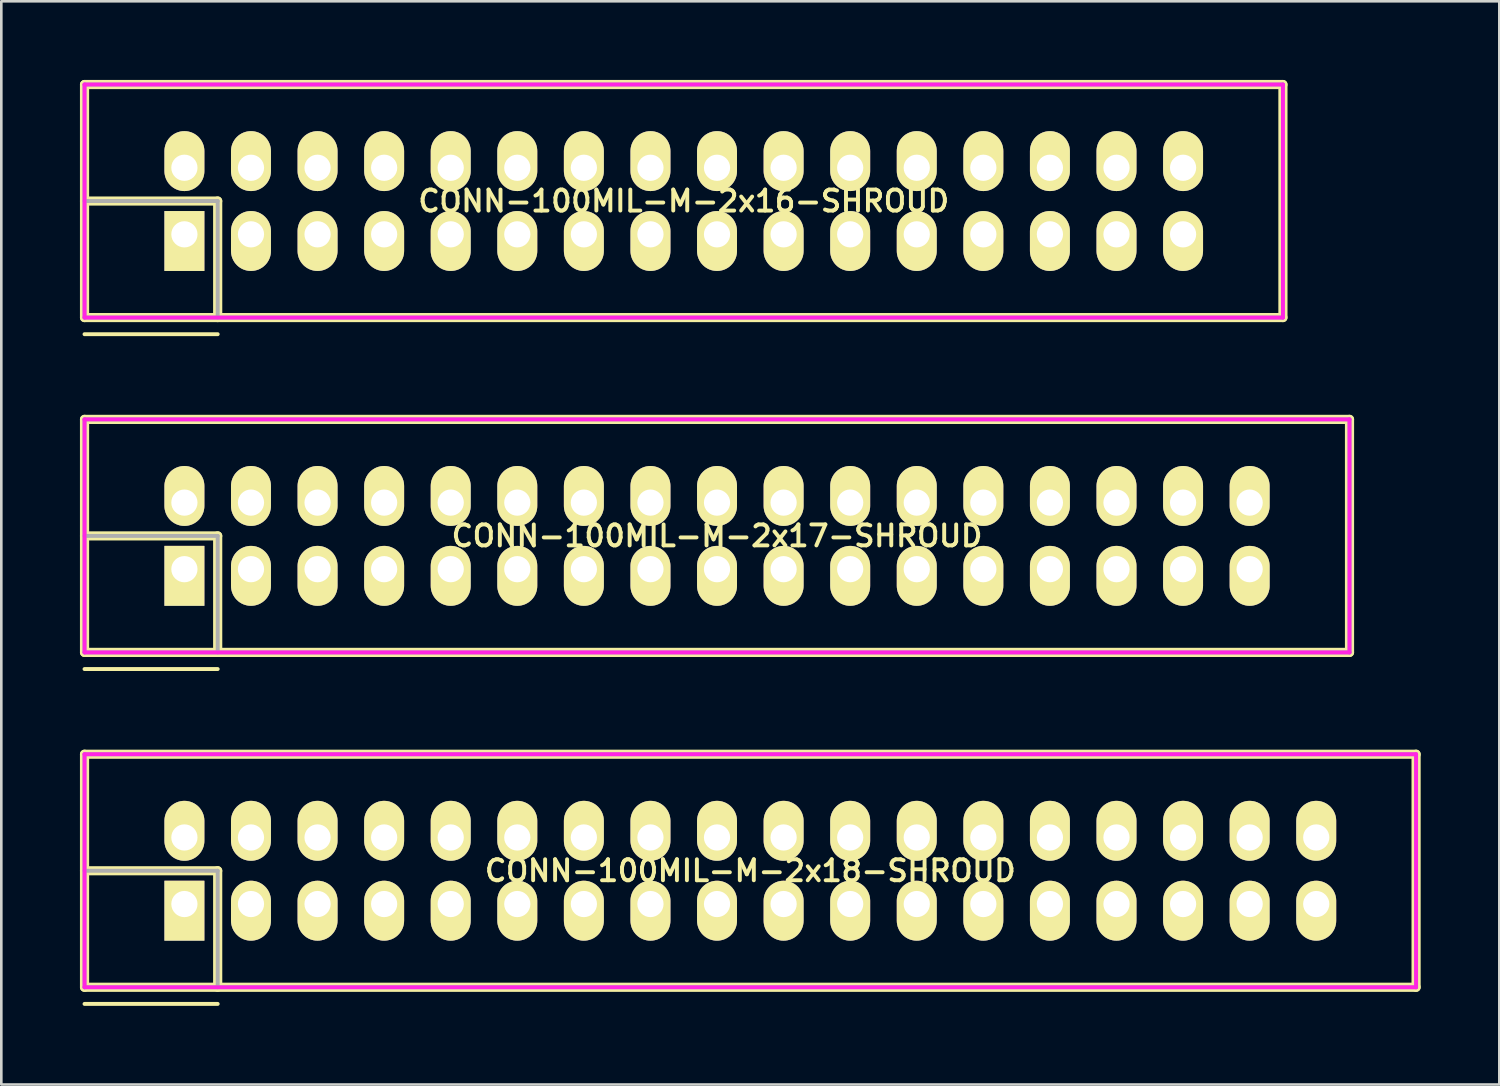
<source format=kicad_pcb>
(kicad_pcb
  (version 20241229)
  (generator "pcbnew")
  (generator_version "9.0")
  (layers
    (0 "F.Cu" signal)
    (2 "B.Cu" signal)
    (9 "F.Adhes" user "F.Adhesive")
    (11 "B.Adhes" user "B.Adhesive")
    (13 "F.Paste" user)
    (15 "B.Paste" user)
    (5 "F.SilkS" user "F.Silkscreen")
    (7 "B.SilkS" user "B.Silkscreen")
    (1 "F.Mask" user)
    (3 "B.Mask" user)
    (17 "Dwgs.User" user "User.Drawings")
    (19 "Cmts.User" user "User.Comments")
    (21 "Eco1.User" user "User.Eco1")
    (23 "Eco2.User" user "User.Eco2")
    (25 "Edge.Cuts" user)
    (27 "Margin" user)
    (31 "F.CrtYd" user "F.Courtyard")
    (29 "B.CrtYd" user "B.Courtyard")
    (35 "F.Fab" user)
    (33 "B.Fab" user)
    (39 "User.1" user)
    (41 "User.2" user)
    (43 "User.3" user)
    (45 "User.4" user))
  (footprint "CONN-100MIL-M-2x17-SHROUD"
    (layer "F.Cu")
    (at 24.305 17.395)
    (property "Reference" "CONN-100MIL-M-2x17-SHROUD" (at 0 0 0) (layer "F.SilkS") (effects (font (size 0.8 0.8) (thickness 0.15))))
    (attr through_hole)
    (fp_line (start -24.13 -4.445) (end 24.13 -4.445) (stroke (width 0.35) (type solid)) (layer "F.SilkS"))
    (fp_line (start -24.13 0) (end -19.05 0) (stroke (width 0.35) (type solid)) (layer "F.SilkS"))
    (fp_line (start -24.13 4.445) (end -24.13 -4.445) (stroke (width 0.35) (type solid)) (layer "F.SilkS"))
    (fp_line (start -24.13 5.08) (end -19.05 5.08) (stroke (width 0.15) (type solid)) (layer "F.SilkS"))
    (fp_line (start -19.05 0) (end -19.05 4.445) (stroke (width 0.35) (type solid)) (layer "F.SilkS"))
    (fp_line (start 24.13 -4.445) (end 24.13 4.445) (stroke (width 0.35) (type solid)) (layer "F.SilkS"))
    (fp_line (start 24.13 4.445) (end -24.13 4.445) (stroke (width 0.35) (type solid)) (layer "F.SilkS"))
    (fp_line (start -24.13 -4.445) (end 24.13 -4.445) (stroke (width 0.15) (type solid)) (layer "F.CrtYd"))
    (fp_line (start -24.13 4.445) (end -24.13 -4.445) (stroke (width 0.15) (type solid)) (layer "F.CrtYd"))
    (fp_line (start 24.13 -4.445) (end 24.13 4.445) (stroke (width 0.15) (type solid)) (layer "F.CrtYd"))
    (fp_line (start 24.13 4.445) (end -24.13 4.445) (stroke (width 0.15) (type solid)) (layer "F.CrtYd"))
    (fp_line (start -24.13 -4.445) (end 24.13 -4.445) (stroke (width 0.15) (type solid)) (layer "F.Fab"))
    (fp_line (start -24.13 0) (end -19.05 0) (stroke (width 0.15) (type solid)) (layer "F.Fab"))
    (fp_line (start -24.13 4.445) (end -24.13 -4.445) (stroke (width 0.15) (type solid)) (layer "F.Fab"))
    (fp_line (start -19.05 0) (end -19.05 4.445) (stroke (width 0.15) (type solid)) (layer "F.Fab"))
    (fp_line (start 24.13 -4.445) (end 24.13 4.445) (stroke (width 0.15) (type solid)) (layer "F.Fab"))
    (fp_line (start 24.13 4.445) (end -24.13 4.445) (stroke (width 0.15) (type solid)) (layer "F.Fab"))
    (pad "1" thru_hole rect (at -20.32 1.27) (size 1.524 2.286) (drill 1 (offset 0 0.254)) (layers "*.Cu" "*.Mask" "F.SilkS"))
    (pad "2" thru_hole oval (at -20.32 -1.27) (size 1.524 2.286) (drill 1 (offset 0 -0.254)) (layers "*.Cu" "*.Mask" "F.SilkS"))
    (pad "3" thru_hole oval (at -17.78 1.27) (size 1.524 2.286) (drill 1 (offset 0 0.254)) (layers "*.Cu" "*.Mask" "F.SilkS"))
    (pad "4" thru_hole oval (at -17.78 -1.27) (size 1.524 2.286) (drill 1 (offset 0 -0.254)) (layers "*.Cu" "*.Mask" "F.SilkS"))
    (pad "5" thru_hole oval (at -15.24 1.27) (size 1.524 2.286) (drill 1 (offset 0 0.254)) (layers "*.Cu" "*.Mask" "F.SilkS"))
    (pad "6" thru_hole oval (at -15.24 -1.27) (size 1.524 2.286) (drill 1 (offset 0 -0.254)) (layers "*.Cu" "*.Mask" "F.SilkS"))
    (pad "7" thru_hole oval (at -12.7 1.27) (size 1.524 2.286) (drill 1 (offset 0 0.254)) (layers "*.Cu" "*.Mask" "F.SilkS"))
    (pad "8" thru_hole oval (at -12.7 -1.27) (size 1.524 2.286) (drill 1 (offset 0 -0.254)) (layers "*.Cu" "*.Mask" "F.SilkS"))
    (pad "9" thru_hole oval (at -10.16 1.27) (size 1.524 2.286) (drill 1 (offset 0 0.254)) (layers "*.Cu" "*.Mask" "F.SilkS"))
    (pad "10" thru_hole oval (at -10.16 -1.27) (size 1.524 2.286) (drill 1 (offset 0 -0.254)) (layers "*.Cu" "*.Mask" "F.SilkS"))
    (pad "11" thru_hole oval (at -7.62 1.27) (size 1.524 2.286) (drill 1 (offset 0 0.254)) (layers "*.Cu" "*.Mask" "F.SilkS"))
    (pad "12" thru_hole oval (at -7.62 -1.27) (size 1.524 2.286) (drill 1 (offset 0 -0.254)) (layers "*.Cu" "*.Mask" "F.SilkS"))
    (pad "13" thru_hole oval (at -5.08 1.27) (size 1.524 2.286) (drill 1 (offset 0 0.254)) (layers "*.Cu" "*.Mask" "F.SilkS"))
    (pad "14" thru_hole oval (at -5.08 -1.27) (size 1.524 2.286) (drill 1 (offset 0 -0.254)) (layers "*.Cu" "*.Mask" "F.SilkS"))
    (pad "15" thru_hole oval (at -2.54 1.27) (size 1.524 2.286) (drill 1 (offset 0 0.254)) (layers "*.Cu" "*.Mask" "F.SilkS"))
    (pad "16" thru_hole oval (at -2.54 -1.27) (size 1.524 2.286) (drill 1 (offset 0 -0.254)) (layers "*.Cu" "*.Mask" "F.SilkS"))
    (pad "17" thru_hole oval (at 0 1.27) (size 1.524 2.286) (drill 1 (offset 0 0.254)) (layers "*.Cu" "*.Mask" "F.SilkS"))
    (pad "18" thru_hole oval (at 0 -1.27) (size 1.524 2.286) (drill 1 (offset 0 -0.254)) (layers "*.Cu" "*.Mask" "F.SilkS"))
    (pad "19" thru_hole oval (at 2.54 1.27) (size 1.524 2.286) (drill 1 (offset 0 0.254)) (layers "*.Cu" "*.Mask" "F.SilkS"))
    (pad "20" thru_hole oval (at 2.54 -1.27) (size 1.524 2.286) (drill 1 (offset 0 -0.254)) (layers "*.Cu" "*.Mask" "F.SilkS"))
    (pad "21" thru_hole oval (at 5.08 1.27) (size 1.524 2.286) (drill 1 (offset 0 0.254)) (layers "*.Cu" "*.Mask" "F.SilkS"))
    (pad "22" thru_hole oval (at 5.08 -1.27) (size 1.524 2.286) (drill 1 (offset 0 -0.254)) (layers "*.Cu" "*.Mask" "F.SilkS"))
    (pad "23" thru_hole oval (at 7.62 1.27) (size 1.524 2.286) (drill 1 (offset 0 0.254)) (layers "*.Cu" "*.Mask" "F.SilkS"))
    (pad "24" thru_hole oval (at 7.62 -1.27) (size 1.524 2.286) (drill 1 (offset 0 -0.254)) (layers "*.Cu" "*.Mask" "F.SilkS"))
    (pad "25" thru_hole oval (at 10.16 1.27) (size 1.524 2.286) (drill 1 (offset 0 0.254)) (layers "*.Cu" "*.Mask" "F.SilkS"))
    (pad "26" thru_hole oval (at 10.16 -1.27) (size 1.524 2.286) (drill 1 (offset 0 -0.254)) (layers "*.Cu" "*.Mask" "F.SilkS"))
    (pad "27" thru_hole oval (at 12.7 1.27) (size 1.524 2.286) (drill 1 (offset 0 0.254)) (layers "*.Cu" "*.Mask" "F.SilkS"))
    (pad "28" thru_hole oval (at 12.7 -1.27) (size 1.524 2.286) (drill 1 (offset 0 -0.254)) (layers "*.Cu" "*.Mask" "F.SilkS"))
    (pad "29" thru_hole oval (at 15.24 1.27) (size 1.524 2.286) (drill 1 (offset 0 0.254)) (layers "*.Cu" "*.Mask" "F.SilkS"))
    (pad "30" thru_hole oval (at 15.24 -1.27) (size 1.524 2.286) (drill 1 (offset 0 -0.254)) (layers "*.Cu" "*.Mask" "F.SilkS"))
    (pad "31" thru_hole oval (at 17.78 1.27) (size 1.524 2.286) (drill 1 (offset 0 0.254)) (layers "*.Cu" "*.Mask" "F.SilkS"))
    (pad "32" thru_hole oval (at 17.78 -1.27) (size 1.524 2.286) (drill 1 (offset 0 -0.254)) (layers "*.Cu" "*.Mask" "F.SilkS"))
    (pad "33" thru_hole oval (at 20.32 1.27) (size 1.524 2.286) (drill 1 (offset 0 0.254)) (layers "*.Cu" "*.Mask" "F.SilkS"))
    (pad "34" thru_hole oval (at 20.32 -1.27) (size 1.524 2.286) (drill 1 (offset 0 -0.254)) (layers "*.Cu" "*.Mask" "F.SilkS")))
  (footprint "CONN-100MIL-M-2x16-SHROUD"
    (layer "F.Cu")
    (at 23.035 4.62)
    (property "Reference" "CONN-100MIL-M-2x16-SHROUD" (at 0 0 0) (layer "F.SilkS") (effects (font (size 0.8 0.8) (thickness 0.15))))
    (attr through_hole)
    (fp_line (start -22.86 -4.445) (end 22.86 -4.445) (stroke (width 0.35) (type solid)) (layer "F.SilkS"))
    (fp_line (start -22.86 0) (end -17.78 0) (stroke (width 0.35) (type solid)) (layer "F.SilkS"))
    (fp_line (start -22.86 4.445) (end -22.86 -4.445) (stroke (width 0.35) (type solid)) (layer "F.SilkS"))
    (fp_line (start -22.86 5.08) (end -17.78 5.08) (stroke (width 0.15) (type solid)) (layer "F.SilkS"))
    (fp_line (start -17.78 0) (end -17.78 4.445) (stroke (width 0.35) (type solid)) (layer "F.SilkS"))
    (fp_line (start 22.86 -4.445) (end 22.86 4.445) (stroke (width 0.35) (type solid)) (layer "F.SilkS"))
    (fp_line (start 22.86 4.445) (end -22.86 4.445) (stroke (width 0.35) (type solid)) (layer "F.SilkS"))
    (fp_line (start -22.86 -4.445) (end 22.86 -4.445) (stroke (width 0.15) (type solid)) (layer "F.CrtYd"))
    (fp_line (start -22.86 4.445) (end -22.86 -4.445) (stroke (width 0.15) (type solid)) (layer "F.CrtYd"))
    (fp_line (start 22.86 -4.445) (end 22.86 4.445) (stroke (width 0.15) (type solid)) (layer "F.CrtYd"))
    (fp_line (start 22.86 4.445) (end -22.86 4.445) (stroke (width 0.15) (type solid)) (layer "F.CrtYd"))
    (fp_line (start -22.86 -4.445) (end 22.86 -4.445) (stroke (width 0.15) (type solid)) (layer "F.Fab"))
    (fp_line (start -22.86 0) (end -17.78 0) (stroke (width 0.15) (type solid)) (layer "F.Fab"))
    (fp_line (start -22.86 4.445) (end -22.86 -4.445) (stroke (width 0.15) (type solid)) (layer "F.Fab"))
    (fp_line (start -17.78 0) (end -17.78 4.445) (stroke (width 0.15) (type solid)) (layer "F.Fab"))
    (fp_line (start 22.86 -4.445) (end 22.86 4.445) (stroke (width 0.15) (type solid)) (layer "F.Fab"))
    (fp_line (start 22.86 4.445) (end -22.86 4.445) (stroke (width 0.15) (type solid)) (layer "F.Fab"))
    (pad "1" thru_hole rect (at -19.05 1.27) (size 1.524 2.286) (drill 1 (offset 0 0.254)) (layers "*.Cu" "*.Mask" "F.SilkS"))
    (pad "2" thru_hole oval (at -19.05 -1.27) (size 1.524 2.286) (drill 1 (offset 0 -0.254)) (layers "*.Cu" "*.Mask" "F.SilkS"))
    (pad "3" thru_hole oval (at -16.51 1.27) (size 1.524 2.286) (drill 1 (offset 0 0.254)) (layers "*.Cu" "*.Mask" "F.SilkS"))
    (pad "4" thru_hole oval (at -16.51 -1.27) (size 1.524 2.286) (drill 1 (offset 0 -0.254)) (layers "*.Cu" "*.Mask" "F.SilkS"))
    (pad "5" thru_hole oval (at -13.97 1.27) (size 1.524 2.286) (drill 1 (offset 0 0.254)) (layers "*.Cu" "*.Mask" "F.SilkS"))
    (pad "6" thru_hole oval (at -13.97 -1.27) (size 1.524 2.286) (drill 1 (offset 0 -0.254)) (layers "*.Cu" "*.Mask" "F.SilkS"))
    (pad "7" thru_hole oval (at -11.43 1.27) (size 1.524 2.286) (drill 1 (offset 0 0.254)) (layers "*.Cu" "*.Mask" "F.SilkS"))
    (pad "8" thru_hole oval (at -11.43 -1.27) (size 1.524 2.286) (drill 1 (offset 0 -0.254)) (layers "*.Cu" "*.Mask" "F.SilkS"))
    (pad "9" thru_hole oval (at -8.89 1.27) (size 1.524 2.286) (drill 1 (offset 0 0.254)) (layers "*.Cu" "*.Mask" "F.SilkS"))
    (pad "10" thru_hole oval (at -8.89 -1.27) (size 1.524 2.286) (drill 1 (offset 0 -0.254)) (layers "*.Cu" "*.Mask" "F.SilkS"))
    (pad "11" thru_hole oval (at -6.35 1.27) (size 1.524 2.286) (drill 1 (offset 0 0.254)) (layers "*.Cu" "*.Mask" "F.SilkS"))
    (pad "12" thru_hole oval (at -6.35 -1.27) (size 1.524 2.286) (drill 1 (offset 0 -0.254)) (layers "*.Cu" "*.Mask" "F.SilkS"))
    (pad "13" thru_hole oval (at -3.81 1.27) (size 1.524 2.286) (drill 1 (offset 0 0.254)) (layers "*.Cu" "*.Mask" "F.SilkS"))
    (pad "14" thru_hole oval (at -3.81 -1.27) (size 1.524 2.286) (drill 1 (offset 0 -0.254)) (layers "*.Cu" "*.Mask" "F.SilkS"))
    (pad "15" thru_hole oval (at -1.27 1.27) (size 1.524 2.286) (drill 1 (offset 0 0.254)) (layers "*.Cu" "*.Mask" "F.SilkS"))
    (pad "16" thru_hole oval (at -1.27 -1.27) (size 1.524 2.286) (drill 1 (offset 0 -0.254)) (layers "*.Cu" "*.Mask" "F.SilkS"))
    (pad "17" thru_hole oval (at 1.27 1.27) (size 1.524 2.286) (drill 1 (offset 0 0.254)) (layers "*.Cu" "*.Mask" "F.SilkS"))
    (pad "18" thru_hole oval (at 1.27 -1.27) (size 1.524 2.286) (drill 1 (offset 0 -0.254)) (layers "*.Cu" "*.Mask" "F.SilkS"))
    (pad "19" thru_hole oval (at 3.81 1.27) (size 1.524 2.286) (drill 1 (offset 0 0.254)) (layers "*.Cu" "*.Mask" "F.SilkS"))
    (pad "20" thru_hole oval (at 3.81 -1.27) (size 1.524 2.286) (drill 1 (offset 0 -0.254)) (layers "*.Cu" "*.Mask" "F.SilkS"))
    (pad "21" thru_hole oval (at 6.35 1.27) (size 1.524 2.286) (drill 1 (offset 0 0.254)) (layers "*.Cu" "*.Mask" "F.SilkS"))
    (pad "22" thru_hole oval (at 6.35 -1.27) (size 1.524 2.286) (drill 1 (offset 0 -0.254)) (layers "*.Cu" "*.Mask" "F.SilkS"))
    (pad "23" thru_hole oval (at 8.89 1.27) (size 1.524 2.286) (drill 1 (offset 0 0.254)) (layers "*.Cu" "*.Mask" "F.SilkS"))
    (pad "24" thru_hole oval (at 8.89 -1.27) (size 1.524 2.286) (drill 1 (offset 0 -0.254)) (layers "*.Cu" "*.Mask" "F.SilkS"))
    (pad "25" thru_hole oval (at 11.43 1.27) (size 1.524 2.286) (drill 1 (offset 0 0.254)) (layers "*.Cu" "*.Mask" "F.SilkS"))
    (pad "26" thru_hole oval (at 11.43 -1.27) (size 1.524 2.286) (drill 1 (offset 0 -0.254)) (layers "*.Cu" "*.Mask" "F.SilkS"))
    (pad "27" thru_hole oval (at 13.97 1.27) (size 1.524 2.286) (drill 1 (offset 0 0.254)) (layers "*.Cu" "*.Mask" "F.SilkS"))
    (pad "28" thru_hole oval (at 13.97 -1.27) (size 1.524 2.286) (drill 1 (offset 0 -0.254)) (layers "*.Cu" "*.Mask" "F.SilkS"))
    (pad "29" thru_hole oval (at 16.51 1.27) (size 1.524 2.286) (drill 1 (offset 0 0.254)) (layers "*.Cu" "*.Mask" "F.SilkS"))
    (pad "30" thru_hole oval (at 16.51 -1.27) (size 1.524 2.286) (drill 1 (offset 0 -0.254)) (layers "*.Cu" "*.Mask" "F.SilkS"))
    (pad "31" thru_hole oval (at 19.05 1.27) (size 1.524 2.286) (drill 1 (offset 0 0.254)) (layers "*.Cu" "*.Mask" "F.SilkS"))
    (pad "32" thru_hole oval (at 19.05 -1.27) (size 1.524 2.286) (drill 1 (offset 0 -0.254)) (layers "*.Cu" "*.Mask" "F.SilkS")))
  (footprint "CONN-100MIL-M-2x18-SHROUD"
    (layer "F.Cu")
    (at 25.575 30.17)
    (property "Reference" "CONN-100MIL-M-2x18-SHROUD" (at 0 0 0) (layer "F.SilkS") (effects (font (size 0.8 0.8) (thickness 0.15))))
    (attr through_hole)
    (fp_line (start -25.4 -4.445) (end 25.4 -4.445) (stroke (width 0.35) (type solid)) (layer "F.SilkS"))
    (fp_line (start -25.4 0) (end -20.32 0) (stroke (width 0.35) (type solid)) (layer "F.SilkS"))
    (fp_line (start -25.4 4.445) (end -25.4 -4.445) (stroke (width 0.35) (type solid)) (layer "F.SilkS"))
    (fp_line (start -25.4 5.08) (end -20.32 5.08) (stroke (width 0.15) (type solid)) (layer "F.SilkS"))
    (fp_line (start -20.32 0) (end -20.32 4.445) (stroke (width 0.35) (type solid)) (layer "F.SilkS"))
    (fp_line (start 25.4 -4.445) (end 25.4 4.445) (stroke (width 0.35) (type solid)) (layer "F.SilkS"))
    (fp_line (start 25.4 4.445) (end -25.4 4.445) (stroke (width 0.35) (type solid)) (layer "F.SilkS"))
    (fp_line (start -25.4 -4.445) (end 25.4 -4.445) (stroke (width 0.15) (type solid)) (layer "F.CrtYd"))
    (fp_line (start -25.4 4.445) (end -25.4 -4.445) (stroke (width 0.15) (type solid)) (layer "F.CrtYd"))
    (fp_line (start 25.4 -4.445) (end 25.4 4.445) (stroke (width 0.15) (type solid)) (layer "F.CrtYd"))
    (fp_line (start 25.4 4.445) (end -25.4 4.445) (stroke (width 0.15) (type solid)) (layer "F.CrtYd"))
    (fp_line (start -25.4 -4.445) (end 25.4 -4.445) (stroke (width 0.15) (type solid)) (layer "F.Fab"))
    (fp_line (start -25.4 0) (end -20.32 0) (stroke (width 0.15) (type solid)) (layer "F.Fab"))
    (fp_line (start -25.4 4.445) (end -25.4 -4.445) (stroke (width 0.15) (type solid)) (layer "F.Fab"))
    (fp_line (start -20.32 0) (end -20.32 4.445) (stroke (width 0.15) (type solid)) (layer "F.Fab"))
    (fp_line (start 25.4 -4.445) (end 25.4 4.445) (stroke (width 0.15) (type solid)) (layer "F.Fab"))
    (fp_line (start 25.4 4.445) (end -25.4 4.445) (stroke (width 0.15) (type solid)) (layer "F.Fab"))
    (pad "1" thru_hole rect (at -21.59 1.27) (size 1.524 2.286) (drill 1 (offset 0 0.254)) (layers "*.Cu" "*.Mask" "F.SilkS"))
    (pad "2" thru_hole oval (at -21.59 -1.27) (size 1.524 2.286) (drill 1 (offset 0 -0.254)) (layers "*.Cu" "*.Mask" "F.SilkS"))
    (pad "3" thru_hole oval (at -19.05 1.27) (size 1.524 2.286) (drill 1 (offset 0 0.254)) (layers "*.Cu" "*.Mask" "F.SilkS"))
    (pad "4" thru_hole oval (at -19.05 -1.27) (size 1.524 2.286) (drill 1 (offset 0 -0.254)) (layers "*.Cu" "*.Mask" "F.SilkS"))
    (pad "5" thru_hole oval (at -16.51 1.27) (size 1.524 2.286) (drill 1 (offset 0 0.254)) (layers "*.Cu" "*.Mask" "F.SilkS"))
    (pad "6" thru_hole oval (at -16.51 -1.27) (size 1.524 2.286) (drill 1 (offset 0 -0.254)) (layers "*.Cu" "*.Mask" "F.SilkS"))
    (pad "7" thru_hole oval (at -13.97 1.27) (size 1.524 2.286) (drill 1 (offset 0 0.254)) (layers "*.Cu" "*.Mask" "F.SilkS"))
    (pad "8" thru_hole oval (at -13.97 -1.27) (size 1.524 2.286) (drill 1 (offset 0 -0.254)) (layers "*.Cu" "*.Mask" "F.SilkS"))
    (pad "9" thru_hole oval (at -11.43 1.27) (size 1.524 2.286) (drill 1 (offset 0 0.254)) (layers "*.Cu" "*.Mask" "F.SilkS"))
    (pad "10" thru_hole oval (at -11.43 -1.27) (size 1.524 2.286) (drill 1 (offset 0 -0.254)) (layers "*.Cu" "*.Mask" "F.SilkS"))
    (pad "11" thru_hole oval (at -8.89 1.27) (size 1.524 2.286) (drill 1 (offset 0 0.254)) (layers "*.Cu" "*.Mask" "F.SilkS"))
    (pad "12" thru_hole oval (at -8.89 -1.27) (size 1.524 2.286) (drill 1 (offset 0 -0.254)) (layers "*.Cu" "*.Mask" "F.SilkS"))
    (pad "13" thru_hole oval (at -6.35 1.27) (size 1.524 2.286) (drill 1 (offset 0 0.254)) (layers "*.Cu" "*.Mask" "F.SilkS"))
    (pad "14" thru_hole oval (at -6.35 -1.27) (size 1.524 2.286) (drill 1 (offset 0 -0.254)) (layers "*.Cu" "*.Mask" "F.SilkS"))
    (pad "15" thru_hole oval (at -3.81 1.27) (size 1.524 2.286) (drill 1 (offset 0 0.254)) (layers "*.Cu" "*.Mask" "F.SilkS"))
    (pad "16" thru_hole oval (at -3.81 -1.27) (size 1.524 2.286) (drill 1 (offset 0 -0.254)) (layers "*.Cu" "*.Mask" "F.SilkS"))
    (pad "17" thru_hole oval (at -1.27 1.27) (size 1.524 2.286) (drill 1 (offset 0 0.254)) (layers "*.Cu" "*.Mask" "F.SilkS"))
    (pad "18" thru_hole oval (at -1.27 -1.27) (size 1.524 2.286) (drill 1 (offset 0 -0.254)) (layers "*.Cu" "*.Mask" "F.SilkS"))
    (pad "19" thru_hole oval (at 1.27 1.27) (size 1.524 2.286) (drill 1 (offset 0 0.254)) (layers "*.Cu" "*.Mask" "F.SilkS"))
    (pad "20" thru_hole oval (at 1.27 -1.27) (size 1.524 2.286) (drill 1 (offset 0 -0.254)) (layers "*.Cu" "*.Mask" "F.SilkS"))
    (pad "21" thru_hole oval (at 3.81 1.27) (size 1.524 2.286) (drill 1 (offset 0 0.254)) (layers "*.Cu" "*.Mask" "F.SilkS"))
    (pad "22" thru_hole oval (at 3.81 -1.27) (size 1.524 2.286) (drill 1 (offset 0 -0.254)) (layers "*.Cu" "*.Mask" "F.SilkS"))
    (pad "23" thru_hole oval (at 6.35 1.27) (size 1.524 2.286) (drill 1 (offset 0 0.254)) (layers "*.Cu" "*.Mask" "F.SilkS"))
    (pad "24" thru_hole oval (at 6.35 -1.27) (size 1.524 2.286) (drill 1 (offset 0 -0.254)) (layers "*.Cu" "*.Mask" "F.SilkS"))
    (pad "25" thru_hole oval (at 8.89 1.27) (size 1.524 2.286) (drill 1 (offset 0 0.254)) (layers "*.Cu" "*.Mask" "F.SilkS"))
    (pad "26" thru_hole oval (at 8.89 -1.27) (size 1.524 2.286) (drill 1 (offset 0 -0.254)) (layers "*.Cu" "*.Mask" "F.SilkS"))
    (pad "27" thru_hole oval (at 11.43 1.27) (size 1.524 2.286) (drill 1 (offset 0 0.254)) (layers "*.Cu" "*.Mask" "F.SilkS"))
    (pad "28" thru_hole oval (at 11.43 -1.27) (size 1.524 2.286) (drill 1 (offset 0 -0.254)) (layers "*.Cu" "*.Mask" "F.SilkS"))
    (pad "29" thru_hole oval (at 13.97 1.27) (size 1.524 2.286) (drill 1 (offset 0 0.254)) (layers "*.Cu" "*.Mask" "F.SilkS"))
    (pad "30" thru_hole oval (at 13.97 -1.27) (size 1.524 2.286) (drill 1 (offset 0 -0.254)) (layers "*.Cu" "*.Mask" "F.SilkS"))
    (pad "31" thru_hole oval (at 16.51 1.27) (size 1.524 2.286) (drill 1 (offset 0 0.254)) (layers "*.Cu" "*.Mask" "F.SilkS"))
    (pad "32" thru_hole oval (at 16.51 -1.27) (size 1.524 2.286) (drill 1 (offset 0 -0.254)) (layers "*.Cu" "*.Mask" "F.SilkS"))
    (pad "33" thru_hole oval (at 19.05 1.27) (size 1.524 2.286) (drill 1 (offset 0 0.254)) (layers "*.Cu" "*.Mask" "F.SilkS"))
    (pad "34" thru_hole oval (at 19.05 -1.27) (size 1.524 2.286) (drill 1 (offset 0 -0.254)) (layers "*.Cu" "*.Mask" "F.SilkS"))
    (pad "35" thru_hole oval (at 21.59 1.27) (size 1.524 2.286) (drill 1 (offset 0 0.254)) (layers "*.Cu" "*.Mask" "F.SilkS"))
    (pad "36" thru_hole oval (at 21.59 -1.27) (size 1.524 2.286) (drill 1 (offset 0 -0.254)) (layers "*.Cu" "*.Mask" "F.SilkS")))
  (gr_rect
    (start -3 -3)
    (end 54.15 38.325)
    (stroke (width 0.1) (type default))
    (fill no)
    (layer "Edge.Cuts")))
</source>
